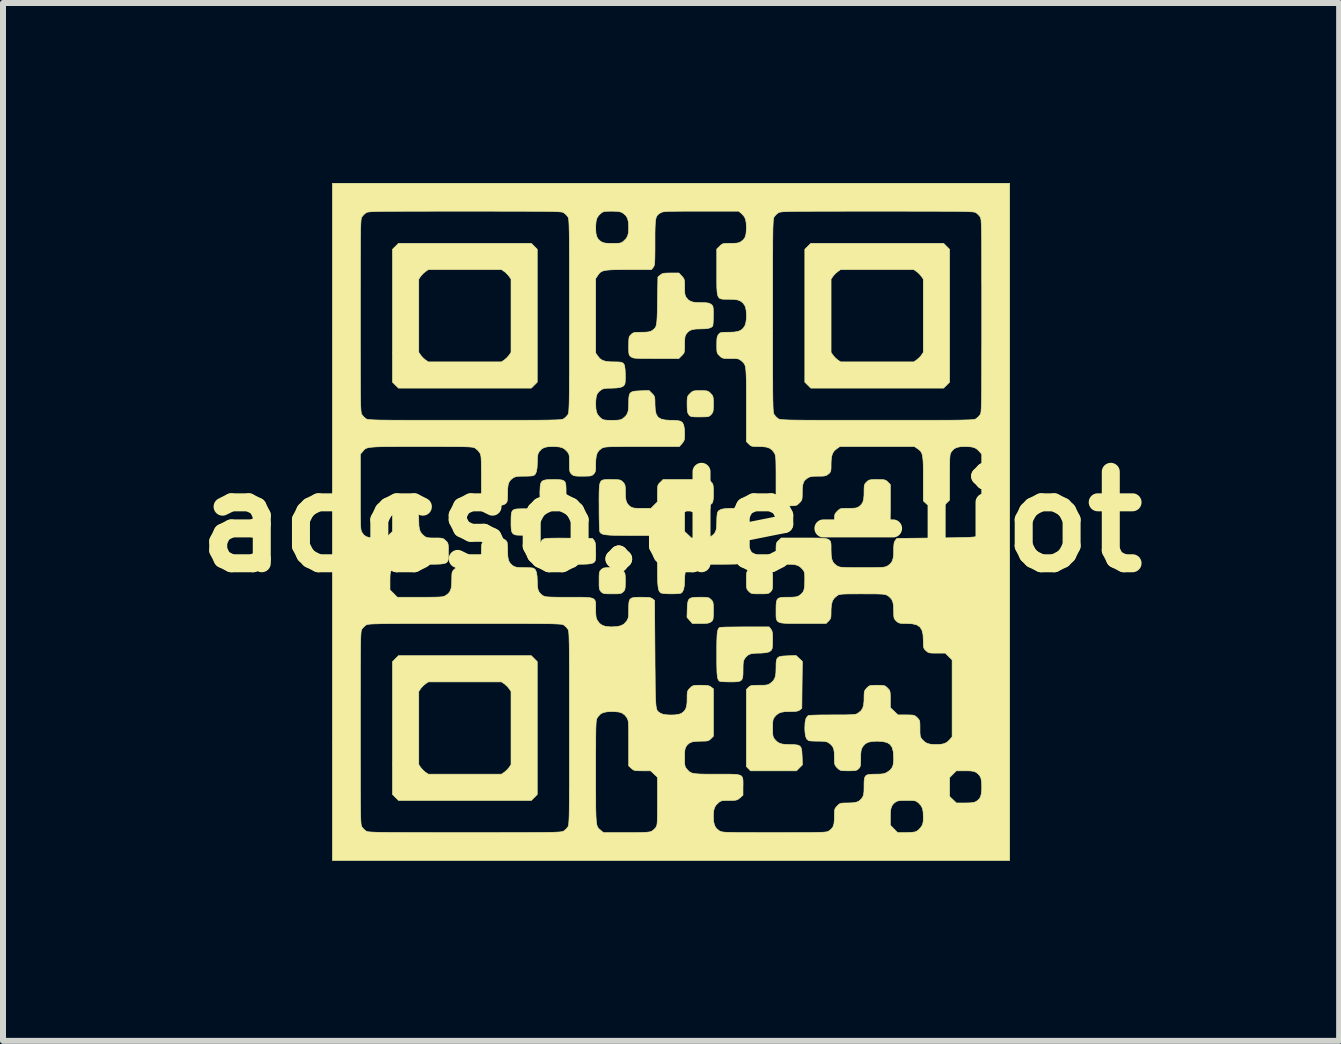
<source format=kicad_pcb>
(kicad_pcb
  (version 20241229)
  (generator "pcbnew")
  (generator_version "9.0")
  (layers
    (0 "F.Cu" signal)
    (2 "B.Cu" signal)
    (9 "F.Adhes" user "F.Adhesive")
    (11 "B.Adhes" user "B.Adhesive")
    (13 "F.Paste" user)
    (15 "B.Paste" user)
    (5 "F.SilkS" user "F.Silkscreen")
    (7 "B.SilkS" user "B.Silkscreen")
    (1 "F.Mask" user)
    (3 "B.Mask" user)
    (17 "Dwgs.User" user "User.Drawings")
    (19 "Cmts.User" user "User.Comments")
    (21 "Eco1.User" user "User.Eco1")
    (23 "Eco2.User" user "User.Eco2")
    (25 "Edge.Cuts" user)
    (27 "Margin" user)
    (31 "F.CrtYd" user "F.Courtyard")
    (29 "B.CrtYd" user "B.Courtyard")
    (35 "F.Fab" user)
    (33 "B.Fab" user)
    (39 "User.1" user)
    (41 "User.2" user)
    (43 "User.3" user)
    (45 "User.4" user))
  (footprint "accso.de-liot"
    (layer "F.Cu")
    (at 8.135 5.649)
    (property "Reference" "accso.de-liot" (at 0 0 0) (layer "F.SilkS") (effects (font (size 1.524 1.524) (thickness 0.3))))
    (attr through_hole)
    (fp_poly (pts (xy 0.549 1.256) (xy 0.593 1.259) (xy 0.622 1.264) (xy 0.643 1.274) (xy 0.662 1.29) (xy 0.666 1.294) (xy 0.683 1.312) (xy 0.695 1.33) (xy 0.701 1.354) (xy 0.705 1.391) (xy 0.706 1.446) (xy 0.706 1.483) (xy 0.705 1.551) (xy 0.703 1.596) (xy 0.699 1.624) (xy 0.691 1.643) (xy 0.677 1.657) (xy 0.668 1.664) (xy 0.647 1.678) (xy 0.62 1.687) (xy 0.583 1.691) (xy 0.526 1.693) (xy 0.493 1.693) (xy 0.356 1.693) (xy 0.266 1.591) (xy 0.27 1.45) (xy 0.274 1.375) (xy 0.283 1.322) (xy 0.3 1.288) (xy 0.332 1.268) (xy 0.381 1.259) (xy 0.452 1.256) (xy 0.484 1.256) (xy 0.549 1.256)) (stroke (width 0.01) (type solid)) (fill yes) (layer "F.SilkS"))
    (fp_poly (pts (xy -1.879 -0.705) (xy -1.822 -0.699) (xy -1.785 -0.685) (xy -1.763 -0.658) (xy -1.753 -0.614) (xy -1.75 -0.549) (xy -1.75 -0.5) (xy -1.75 -0.433) (xy -1.752 -0.388) (xy -1.756 -0.359) (xy -1.766 -0.339) (xy -1.781 -0.321) (xy -1.794 -0.309) (xy -1.816 -0.29) (xy -1.837 -0.278) (xy -1.865 -0.271) (xy -1.906 -0.269) (xy -1.966 -0.269) (xy -2.028 -0.271) (xy -2.081 -0.276) (xy -2.118 -0.282) (xy -2.126 -0.285) (xy -2.154 -0.307) (xy -2.173 -0.343) (xy -2.183 -0.397) (xy -2.186 -0.473) (xy -2.185 -0.516) (xy -2.181 -0.588) (xy -2.173 -0.639) (xy -2.156 -0.672) (xy -2.126 -0.692) (xy -2.079 -0.702) (xy -2.011 -0.705) (xy -1.96 -0.706) (xy -1.879 -0.705)) (stroke (width 0.01) (type solid)) (fill yes) (layer "F.SilkS"))
    (fp_poly (pts (xy -2.279 -4.593) (xy -2.23 -4.543) (xy -2.23 -2.329) (xy -2.329 -2.23) (xy -4.543 -2.23) (xy -4.593 -2.279) (xy -4.643 -2.329) (xy -4.643 -4.046) (xy -4.205 -4.046) (xy -4.205 -2.826) (xy -4.173 -2.779) (xy -4.138 -2.738) (xy -4.097 -2.702) (xy -4.093 -2.699) (xy -4.046 -2.667) (xy -2.826 -2.667) (xy -2.779 -2.699) (xy -2.738 -2.734) (xy -2.702 -2.775) (xy -2.699 -2.779) (xy -2.667 -2.826) (xy -2.667 -4.046) (xy -2.699 -4.093) (xy -2.734 -4.134) (xy -2.775 -4.171) (xy -2.779 -4.173) (xy -2.826 -4.205) (xy -4.046 -4.205) (xy -4.093 -4.173) (xy -4.134 -4.138) (xy -4.171 -4.097) (xy -4.173 -4.093) (xy -4.205 -4.046) (xy -4.643 -4.046) (xy -4.643 -4.543) (xy -4.593 -4.593) (xy -4.543 -4.643) (xy -2.329 -4.643) (xy -2.279 -4.593)) (stroke (width 0.01) (type solid)) (fill yes) (layer "F.SilkS"))
    (fp_poly (pts (xy -2.23 2.329) (xy -2.23 4.543) (xy -2.279 4.593) (xy -2.329 4.643) (xy -4.543 4.643) (xy -4.593 4.593) (xy -4.643 4.543) (xy -4.643 2.826) (xy -4.205 2.826) (xy -4.205 4.046) (xy -4.173 4.093) (xy -4.138 4.134) (xy -4.097 4.171) (xy -4.093 4.173) (xy -4.046 4.205) (xy -2.826 4.205) (xy -2.779 4.173) (xy -2.738 4.138) (xy -2.702 4.097) (xy -2.699 4.093) (xy -2.667 4.046) (xy -2.667 2.826) (xy -2.699 2.779) (xy -2.734 2.738) (xy -2.775 2.702) (xy -2.779 2.699) (xy -2.826 2.667) (xy -4.046 2.667) (xy -4.093 2.699) (xy -4.134 2.734) (xy -4.171 2.775) (xy -4.173 2.779) (xy -4.205 2.826) (xy -4.643 2.826) (xy -4.643 2.329) (xy -4.593 2.279) (xy -4.543 2.23) (xy -2.329 2.23) (xy -2.23 2.329)) (stroke (width 0.01) (type solid)) (fill yes) (layer "F.SilkS"))
    (fp_poly (pts (xy 4.593 -4.593) (xy 4.643 -4.543) (xy 4.643 -2.329) (xy 4.593 -2.279) (xy 4.543 -2.23) (xy 2.329 -2.23) (xy 2.23 -2.329) (xy 2.23 -4.046) (xy 2.667 -4.046) (xy 2.667 -2.826) (xy 2.699 -2.779) (xy 2.734 -2.738) (xy 2.775 -2.702) (xy 2.779 -2.699) (xy 2.826 -2.667) (xy 4.046 -2.667) (xy 4.093 -2.699) (xy 4.134 -2.734) (xy 4.171 -2.775) (xy 4.173 -2.779) (xy 4.205 -2.826) (xy 4.205 -4.046) (xy 4.173 -4.093) (xy 4.138 -4.134) (xy 4.097 -4.171) (xy 4.093 -4.173) (xy 4.046 -4.205) (xy 2.826 -4.205) (xy 2.779 -4.173) (xy 2.738 -4.138) (xy 2.702 -4.097) (xy 2.699 -4.093) (xy 2.667 -4.046) (xy 2.23 -4.046) (xy 2.23 -4.543) (xy 2.279 -4.593) (xy 2.329 -4.643) (xy 4.543 -4.643) (xy 4.593 -4.593)) (stroke (width 0.01) (type solid)) (fill yes) (layer "F.SilkS"))
    (fp_poly (pts (xy -2.386 -0.218) (xy -2.339 -0.216) (xy -2.309 -0.211) (xy -2.288 -0.203) (xy -2.272 -0.189) (xy -2.269 -0.187) (xy -2.255 -0.17) (xy -2.245 -0.151) (xy -2.24 -0.123) (xy -2.237 -0.079) (xy -2.237 -0.015) (xy -2.237 0) (xy -2.237 0.069) (xy -2.239 0.116) (xy -2.244 0.146) (xy -2.252 0.167) (xy -2.266 0.183) (xy -2.269 0.187) (xy -2.287 0.202) (xy -2.309 0.212) (xy -2.342 0.217) (xy -2.392 0.22) (xy -2.438 0.222) (xy -2.499 0.222) (xy -2.551 0.221) (xy -2.587 0.218) (xy -2.596 0.216) (xy -2.625 0.203) (xy -2.645 0.185) (xy -2.657 0.158) (xy -2.664 0.117) (xy -2.667 0.056) (xy -2.667 0) (xy -2.666 -0.083) (xy -2.661 -0.142) (xy -2.648 -0.18) (xy -2.623 -0.203) (xy -2.582 -0.215) (xy -2.52 -0.218) (xy -2.454 -0.219) (xy -2.386 -0.218)) (stroke (width 0.01) (type solid)) (fill yes) (layer "F.SilkS"))
    (fp_poly (pts (xy -1.733 0.271) (xy -1.695 0.271) (xy -1.31 0.275) (xy -1.283 0.308) (xy -1.271 0.328) (xy -1.263 0.353) (xy -1.258 0.391) (xy -1.256 0.446) (xy -1.256 0.495) (xy -1.255 0.553) (xy -1.256 0.599) (xy -1.26 0.635) (xy -1.271 0.662) (xy -1.292 0.681) (xy -1.325 0.694) (xy -1.373 0.701) (xy -1.439 0.705) (xy -1.526 0.706) (xy -1.637 0.706) (xy -1.713 0.706) (xy -1.83 0.705) (xy -1.923 0.705) (xy -1.994 0.704) (xy -2.047 0.702) (xy -2.084 0.699) (xy -2.11 0.695) (xy -2.128 0.69) (xy -2.141 0.683) (xy -2.147 0.679) (xy -2.163 0.663) (xy -2.173 0.644) (xy -2.179 0.614) (xy -2.183 0.567) (xy -2.185 0.516) (xy -2.186 0.429) (xy -2.179 0.367) (xy -2.165 0.324) (xy -2.141 0.296) (xy -2.118 0.283) (xy -2.091 0.277) (xy -2.04 0.273) (xy -1.964 0.271) (xy -1.862 0.27) (xy -1.733 0.271)) (stroke (width 0.01) (type solid)) (fill yes) (layer "F.SilkS"))
    (fp_poly (pts (xy -0.927 0.762) (xy -0.885 0.764) (xy -0.857 0.77) (xy -0.837 0.781) (xy -0.817 0.799) (xy -0.807 0.809) (xy -0.786 0.831) (xy -0.773 0.851) (xy -0.766 0.877) (xy -0.763 0.914) (xy -0.762 0.97) (xy -0.762 0.993) (xy -0.763 1.057) (xy -0.765 1.1) (xy -0.771 1.128) (xy -0.781 1.148) (xy -0.797 1.165) (xy -0.814 1.18) (xy -0.833 1.19) (xy -0.86 1.196) (xy -0.902 1.199) (xy -0.964 1.199) (xy -0.981 1.199) (xy -1.048 1.199) (xy -1.093 1.197) (xy -1.123 1.192) (xy -1.144 1.183) (xy -1.161 1.169) (xy -1.165 1.165) (xy -1.18 1.147) (xy -1.19 1.128) (xy -1.196 1.101) (xy -1.199 1.06) (xy -1.199 0.998) (xy -1.199 0.981) (xy -1.199 0.913) (xy -1.197 0.868) (xy -1.192 0.838) (xy -1.183 0.818) (xy -1.169 0.801) (xy -1.165 0.797) (xy -1.147 0.781) (xy -1.127 0.77) (xy -1.098 0.765) (xy -1.054 0.762) (xy -0.991 0.762) (xy -0.927 0.762)) (stroke (width 0.01) (type solid)) (fill yes) (layer "F.SilkS"))
    (fp_poly (pts (xy 0.55 -2.187) (xy 0.59 -2.184) (xy 0.616 -2.177) (xy 0.636 -2.164) (xy 0.659 -2.143) (xy 0.66 -2.141) (xy 0.682 -2.118) (xy 0.695 -2.097) (xy 0.702 -2.071) (xy 0.705 -2.033) (xy 0.706 -1.975) (xy 0.706 -1.962) (xy 0.705 -1.899) (xy 0.702 -1.857) (xy 0.696 -1.829) (xy 0.684 -1.809) (xy 0.668 -1.789) (xy 0.65 -1.772) (xy 0.632 -1.76) (xy 0.608 -1.754) (xy 0.571 -1.751) (xy 0.516 -1.75) (xy 0.478 -1.75) (xy 0.411 -1.75) (xy 0.366 -1.752) (xy 0.337 -1.756) (xy 0.319 -1.765) (xy 0.304 -1.778) (xy 0.297 -1.787) (xy 0.283 -1.809) (xy 0.274 -1.836) (xy 0.27 -1.875) (xy 0.268 -1.933) (xy 0.268 -1.958) (xy 0.268 -2.02) (xy 0.271 -2.061) (xy 0.277 -2.089) (xy 0.289 -2.11) (xy 0.308 -2.131) (xy 0.316 -2.139) (xy 0.34 -2.162) (xy 0.361 -2.176) (xy 0.387 -2.184) (xy 0.425 -2.187) (xy 0.483 -2.187) (xy 0.49 -2.187) (xy 0.55 -2.187)) (stroke (width 0.01) (type solid)) (fill yes) (layer "F.SilkS"))
    (fp_poly (pts (xy 1.542 0.762) (xy 1.587 0.765) (xy 1.617 0.77) (xy 1.637 0.779) (xy 1.655 0.793) (xy 1.659 0.797) (xy 1.674 0.814) (xy 1.684 0.833) (xy 1.69 0.86) (xy 1.693 0.902) (xy 1.693 0.964) (xy 1.693 0.981) (xy 1.693 1.048) (xy 1.691 1.093) (xy 1.686 1.123) (xy 1.677 1.144) (xy 1.663 1.161) (xy 1.659 1.165) (xy 1.641 1.181) (xy 1.621 1.191) (xy 1.593 1.196) (xy 1.55 1.199) (xy 1.486 1.199) (xy 1.481 1.199) (xy 1.416 1.199) (xy 1.373 1.197) (xy 1.344 1.192) (xy 1.323 1.182) (xy 1.304 1.165) (xy 1.297 1.158) (xy 1.278 1.138) (xy 1.266 1.119) (xy 1.26 1.094) (xy 1.257 1.056) (xy 1.256 0.999) (xy 1.256 0.974) (xy 1.256 0.908) (xy 1.259 0.864) (xy 1.264 0.836) (xy 1.274 0.816) (xy 1.289 0.798) (xy 1.291 0.797) (xy 1.308 0.781) (xy 1.327 0.771) (xy 1.354 0.765) (xy 1.396 0.763) (xy 1.458 0.762) (xy 1.475 0.762) (xy 1.542 0.762)) (stroke (width 0.01) (type solid)) (fill yes) (layer "F.SilkS"))
    (fp_poly (pts (xy 1.664 1.787) (xy 1.678 1.81) (xy 1.687 1.837) (xy 1.692 1.877) (xy 1.693 1.937) (xy 1.693 1.953) (xy 1.692 2.014) (xy 1.69 2.068) (xy 1.686 2.105) (xy 1.684 2.114) (xy 1.666 2.146) (xy 1.631 2.168) (xy 1.575 2.181) (xy 1.495 2.187) (xy 1.465 2.187) (xy 1.385 2.19) (xy 1.326 2.2) (xy 1.282 2.22) (xy 1.248 2.252) (xy 1.226 2.281) (xy 1.213 2.306) (xy 1.205 2.337) (xy 1.201 2.383) (xy 1.2 2.448) (xy 1.2 2.466) (xy 1.199 2.543) (xy 1.193 2.597) (xy 1.179 2.632) (xy 1.151 2.653) (xy 1.107 2.663) (xy 1.041 2.667) (xy 0.984 2.667) (xy 0.919 2.666) (xy 0.864 2.663) (xy 0.825 2.66) (xy 0.81 2.656) (xy 0.796 2.644) (xy 0.785 2.627) (xy 0.777 2.602) (xy 0.771 2.566) (xy 0.766 2.515) (xy 0.764 2.446) (xy 0.762 2.355) (xy 0.762 2.241) (xy 0.762 2.208) (xy 0.762 2.088) (xy 0.763 1.992) (xy 0.766 1.918) (xy 0.769 1.862) (xy 0.775 1.822) (xy 0.783 1.795) (xy 0.793 1.776) (xy 0.806 1.763) (xy 0.81 1.761) (xy 0.828 1.758) (xy 0.87 1.755) (xy 0.933 1.753) (xy 1.013 1.752) (xy 1.106 1.751) (xy 1.209 1.75) (xy 1.23 1.75) (xy 1.635 1.75) (xy 1.664 1.787)) (stroke (width 0.01) (type solid)) (fill yes) (layer "F.SilkS"))
    (fp_poly (pts (xy 3.499 -0.705) (xy 3.542 -0.703) (xy 3.569 -0.697) (xy 3.59 -0.686) (xy 3.61 -0.668) (xy 3.614 -0.664) (xy 3.655 -0.623) (xy 3.655 -0.24) (xy 3.654 -0.129) (xy 3.653 -0.031) (xy 3.651 0.051) (xy 3.648 0.114) (xy 3.644 0.155) (xy 3.641 0.169) (xy 3.618 0.191) (xy 3.583 0.21) (xy 3.582 0.21) (xy 3.555 0.215) (xy 3.504 0.218) (xy 3.435 0.221) (xy 3.352 0.223) (xy 3.261 0.224) (xy 3.166 0.225) (xy 3.072 0.224) (xy 2.984 0.222) (xy 2.907 0.22) (xy 2.845 0.217) (xy 2.805 0.213) (xy 2.793 0.21) (xy 2.763 0.192) (xy 2.742 0.162) (xy 2.73 0.114) (xy 2.724 0.045) (xy 2.723 -0.002) (xy 2.724 -0.063) (xy 2.726 -0.103) (xy 2.733 -0.13) (xy 2.746 -0.151) (xy 2.767 -0.174) (xy 2.771 -0.178) (xy 2.794 -0.2) (xy 2.814 -0.214) (xy 2.839 -0.222) (xy 2.874 -0.225) (xy 2.929 -0.226) (xy 2.956 -0.226) (xy 3.023 -0.227) (xy 3.069 -0.23) (xy 3.101 -0.237) (xy 3.126 -0.25) (xy 3.134 -0.255) (xy 3.171 -0.288) (xy 3.196 -0.326) (xy 3.21 -0.378) (xy 3.217 -0.447) (xy 3.217 -0.494) (xy 3.218 -0.556) (xy 3.22 -0.596) (xy 3.227 -0.623) (xy 3.239 -0.644) (xy 3.259 -0.664) (xy 3.279 -0.683) (xy 3.299 -0.695) (xy 3.325 -0.702) (xy 3.364 -0.705) (xy 3.423 -0.706) (xy 3.436 -0.706) (xy 3.499 -0.705)) (stroke (width 0.01) (type solid)) (fill yes) (layer "F.SilkS"))
    (fp_poly (pts (xy 2.189 2.326) (xy 2.184 2.716) (xy 2.18 3.107) (xy 2.147 3.134) (xy 2.126 3.147) (xy 2.097 3.155) (xy 2.055 3.16) (xy 1.993 3.161) (xy 1.98 3.161) (xy 1.9 3.163) (xy 1.841 3.172) (xy 1.796 3.189) (xy 1.758 3.216) (xy 1.73 3.246) (xy 1.714 3.268) (xy 1.703 3.29) (xy 1.697 3.319) (xy 1.694 3.361) (xy 1.693 3.424) (xy 1.693 3.436) (xy 1.694 3.503) (xy 1.696 3.548) (xy 1.702 3.578) (xy 1.712 3.601) (xy 1.727 3.622) (xy 1.73 3.626) (xy 1.767 3.664) (xy 1.805 3.688) (xy 1.853 3.703) (xy 1.917 3.71) (xy 1.98 3.711) (xy 2.059 3.713) (xy 2.113 3.72) (xy 2.149 3.737) (xy 2.169 3.768) (xy 2.18 3.818) (xy 2.184 3.891) (xy 2.185 3.908) (xy 2.19 4.05) (xy 2.141 4.099) (xy 2.091 4.149) (xy 1.325 4.149) (xy 1.256 4.079) (xy 1.256 2.793) (xy 1.291 2.758) (xy 1.308 2.742) (xy 1.328 2.732) (xy 1.356 2.727) (xy 1.398 2.724) (xy 1.462 2.723) (xy 1.469 2.723) (xy 1.536 2.723) (xy 1.581 2.72) (xy 1.612 2.714) (xy 1.636 2.704) (xy 1.66 2.687) (xy 1.698 2.654) (xy 1.724 2.617) (xy 1.74 2.571) (xy 1.748 2.51) (xy 1.75 2.43) (xy 1.751 2.354) (xy 1.758 2.301) (xy 1.774 2.267) (xy 1.805 2.247) (xy 1.854 2.237) (xy 1.926 2.233) (xy 1.946 2.232) (xy 2.084 2.227) (xy 2.189 2.326)) (stroke (width 0.01) (type solid)) (fill yes) (layer "F.SilkS"))
    (fp_poly (pts (xy 0.178 -4.098) (xy 0.2 -4.074) (xy 0.214 -4.053) (xy 0.222 -4.027) (xy 0.225 -3.99) (xy 0.226 -3.934) (xy 0.226 -3.913) (xy 0.227 -3.847) (xy 0.23 -3.801) (xy 0.238 -3.77) (xy 0.25 -3.745) (xy 0.255 -3.738) (xy 0.287 -3.701) (xy 0.325 -3.677) (xy 0.374 -3.662) (xy 0.442 -3.656) (xy 0.498 -3.655) (xy 0.564 -3.654) (xy 0.608 -3.65) (xy 0.638 -3.643) (xy 0.661 -3.631) (xy 0.668 -3.626) (xy 0.685 -3.612) (xy 0.695 -3.596) (xy 0.701 -3.574) (xy 0.704 -3.539) (xy 0.705 -3.485) (xy 0.705 -3.439) (xy 0.704 -3.374) (xy 0.702 -3.319) (xy 0.698 -3.28) (xy 0.695 -3.265) (xy 0.669 -3.242) (xy 0.627 -3.227) (xy 0.563 -3.219) (xy 0.494 -3.217) (xy 0.412 -3.215) (xy 0.352 -3.205) (xy 0.307 -3.186) (xy 0.272 -3.156) (xy 0.255 -3.134) (xy 0.241 -3.11) (xy 0.232 -3.082) (xy 0.228 -3.041) (xy 0.226 -2.982) (xy 0.226 -2.956) (xy 0.225 -2.893) (xy 0.223 -2.851) (xy 0.218 -2.823) (xy 0.206 -2.802) (xy 0.188 -2.781) (xy 0.178 -2.771) (xy 0.13 -2.723) (xy -0.251 -2.723) (xy -0.365 -2.724) (xy -0.454 -2.724) (xy -0.521 -2.725) (xy -0.571 -2.727) (xy -0.607 -2.73) (xy -0.631 -2.734) (xy -0.648 -2.74) (xy -0.661 -2.748) (xy -0.668 -2.753) (xy -0.685 -2.767) (xy -0.696 -2.783) (xy -0.702 -2.806) (xy -0.705 -2.842) (xy -0.706 -2.898) (xy -0.706 -2.933) (xy -0.705 -3.001) (xy -0.703 -3.046) (xy -0.699 -3.076) (xy -0.69 -3.096) (xy -0.676 -3.113) (xy -0.666 -3.123) (xy -0.646 -3.141) (xy -0.625 -3.152) (xy -0.596 -3.158) (xy -0.553 -3.16) (xy -0.493 -3.161) (xy -0.424 -3.162) (xy -0.376 -3.167) (xy -0.343 -3.175) (xy -0.32 -3.187) (xy -0.296 -3.204) (xy -0.277 -3.22) (xy -0.262 -3.239) (xy -0.25 -3.264) (xy -0.242 -3.299) (xy -0.236 -3.347) (xy -0.232 -3.411) (xy -0.229 -3.494) (xy -0.227 -3.601) (xy -0.226 -3.681) (xy -0.219 -4.081) (xy -0.179 -4.115) (xy -0.158 -4.131) (xy -0.135 -4.141) (xy -0.103 -4.146) (xy -0.055 -4.148) (xy -0.004 -4.149) (xy 0.131 -4.149) (xy 0.178 -4.098)) (stroke (width 0.01) (type solid)) (fill yes) (layer "F.SilkS"))
    (fp_poly (pts (xy -1.022 -0.706) (xy -0.993 -0.706) (xy -0.927 -0.705) (xy -0.882 -0.703) (xy -0.852 -0.698) (xy -0.832 -0.689) (xy -0.813 -0.674) (xy -0.803 -0.664) (xy -0.784 -0.643) (xy -0.772 -0.623) (xy -0.765 -0.596) (xy -0.762 -0.555) (xy -0.762 -0.494) (xy -0.759 -0.412) (xy -0.749 -0.352) (xy -0.73 -0.307) (xy -0.7 -0.272) (xy -0.679 -0.255) (xy -0.656 -0.242) (xy -0.63 -0.233) (xy -0.593 -0.228) (xy -0.539 -0.226) (xy -0.487 -0.226) (xy -0.335 -0.226) (xy -0.226 -0.335) (xy -0.226 -0.475) (xy -0.225 -0.539) (xy -0.223 -0.582) (xy -0.218 -0.61) (xy -0.207 -0.631) (xy -0.19 -0.65) (xy -0.179 -0.66) (xy -0.133 -0.706) (xy 0.63 -0.706) (xy 0.668 -0.666) (xy 0.685 -0.647) (xy 0.696 -0.627) (xy 0.702 -0.601) (xy 0.705 -0.562) (xy 0.706 -0.503) (xy 0.706 -0.478) (xy 0.705 -0.401) (xy 0.699 -0.347) (xy 0.685 -0.311) (xy 0.658 -0.289) (xy 0.613 -0.278) (xy 0.547 -0.272) (xy 0.492 -0.27) (xy 0.337 -0.266) (xy 0.281 -0.213) (xy 0.226 -0.16) (xy 0.226 0.16) (xy 0.283 0.214) (xy 0.34 0.268) (xy 0.484 0.268) (xy 0.555 0.267) (xy 0.604 0.263) (xy 0.638 0.256) (xy 0.663 0.244) (xy 0.668 0.241) (xy 0.71 0.209) (xy 0.738 0.171) (xy 0.754 0.123) (xy 0.761 0.057) (xy 0.762 0.004) (xy 0.763 -0.057) (xy 0.767 -0.112) (xy 0.773 -0.15) (xy 0.775 -0.16) (xy 0.798 -0.19) (xy 0.841 -0.211) (xy 0.907 -0.222) (xy 0.989 -0.226) (xy 1.046 -0.225) (xy 1.084 -0.221) (xy 1.111 -0.211) (xy 1.136 -0.193) (xy 1.15 -0.182) (xy 1.199 -0.138) (xy 1.199 0.253) (xy 1.199 0.368) (xy 1.199 0.459) (xy 1.198 0.528) (xy 1.196 0.579) (xy 1.193 0.615) (xy 1.189 0.64) (xy 1.184 0.656) (xy 1.177 0.668) (xy 1.171 0.675) (xy 1.161 0.684) (xy 1.15 0.691) (xy 1.134 0.696) (xy 1.109 0.7) (xy 1.072 0.703) (xy 1.02 0.704) (xy 0.949 0.705) (xy 0.857 0.706) (xy 0.76 0.706) (xy 0.645 0.706) (xy 0.556 0.706) (xy 0.487 0.707) (xy 0.436 0.709) (xy 0.398 0.712) (xy 0.371 0.717) (xy 0.351 0.723) (xy 0.334 0.731) (xy 0.325 0.735) (xy 0.281 0.766) (xy 0.251 0.803) (xy 0.234 0.851) (xy 0.227 0.918) (xy 0.226 0.963) (xy 0.222 1.057) (xy 0.21 1.124) (xy 0.189 1.168) (xy 0.169 1.186) (xy 0.141 1.193) (xy 0.093 1.197) (xy 0.034 1.199) (xy -0.03 1.199) (xy -0.09 1.196) (xy -0.139 1.191) (xy -0.169 1.184) (xy -0.173 1.182) (xy -0.188 1.167) (xy -0.2 1.148) (xy -0.209 1.12) (xy -0.216 1.08) (xy -0.221 1.025) (xy -0.224 0.952) (xy -0.225 0.859) (xy -0.226 0.74) (xy -0.226 0.71) (xy -0.226 0.335) (xy -0.335 0.226) (xy -0.709 0.226) (xy -0.835 0.225) (xy -0.937 0.224) (xy -1.016 0.221) (xy -1.076 0.216) (xy -1.119 0.21) (xy -1.15 0.2) (xy -1.17 0.188) (xy -1.183 0.173) (xy -1.186 0.169) (xy -1.19 0.147) (xy -1.193 0.101) (xy -1.196 0.033) (xy -1.198 -0.054) (xy -1.199 -0.157) (xy -1.199 -0.25) (xy -1.2 -0.376) (xy -1.199 -0.476) (xy -1.197 -0.553) (xy -1.192 -0.611) (xy -1.182 -0.652) (xy -1.167 -0.68) (xy -1.144 -0.696) (xy -1.113 -0.703) (xy -1.073 -0.706) (xy -1.022 -0.706)) (stroke (width 0.01) (type solid)) (fill yes) (layer "F.SilkS"))
    (fp_poly (pts (xy 5.644 5.644) (xy -5.644 5.644) (xy -5.644 3.436) (xy -5.179 3.436) (xy -5.179 3.683) (xy -5.179 3.904) (xy -5.178 4.1) (xy -5.178 4.272) (xy -5.178 4.422) (xy -5.177 4.552) (xy -5.177 4.663) (xy -5.176 4.756) (xy -5.175 4.834) (xy -5.174 4.898) (xy -5.172 4.949) (xy -5.17 4.989) (xy -5.168 5.02) (xy -5.165 5.043) (xy -5.162 5.059) (xy -5.159 5.071) (xy -5.155 5.079) (xy -5.152 5.085) (xy -5.12 5.123) (xy -5.085 5.152) (xy -5.078 5.156) (xy -5.069 5.16) (xy -5.057 5.163) (xy -5.039 5.166) (xy -5.015 5.168) (xy -4.983 5.17) (xy -4.941 5.172) (xy -4.888 5.174) (xy -4.822 5.175) (xy -4.741 5.176) (xy -4.645 5.177) (xy -4.53 5.177) (xy -4.397 5.178) (xy -4.243 5.178) (xy -4.067 5.178) (xy -3.867 5.179) (xy -3.642 5.179) (xy -3.436 5.179) (xy -3.189 5.179) (xy -2.968 5.179) (xy -2.772 5.178) (xy -2.6 5.178) (xy -2.45 5.178) (xy -2.32 5.177) (xy -2.209 5.177) (xy -2.116 5.176) (xy -2.038 5.175) (xy -1.974 5.174) (xy -1.923 5.172) (xy -1.883 5.17) (xy -1.852 5.168) (xy -1.829 5.165) (xy -1.813 5.162) (xy -1.801 5.159) (xy -1.793 5.155) (xy -1.787 5.152) (xy -1.749 5.12) (xy -1.72 5.085) (xy -1.716 5.078) (xy -1.712 5.069) (xy -1.709 5.057) (xy -1.706 5.039) (xy -1.704 5.015) (xy -1.702 4.983) (xy -1.7 4.941) (xy -1.698 4.888) (xy -1.697 4.822) (xy -1.696 4.741) (xy -1.695 4.645) (xy -1.695 4.53) (xy -1.694 4.397) (xy -1.694 4.349) (xy -1.256 4.349) (xy -1.256 4.504) (xy -1.255 4.636) (xy -1.255 4.746) (xy -1.253 4.837) (xy -1.251 4.91) (xy -1.247 4.968) (xy -1.243 5.013) (xy -1.237 5.048) (xy -1.229 5.074) (xy -1.22 5.093) (xy -1.208 5.109) (xy -1.195 5.122) (xy -1.178 5.135) (xy -1.171 5.142) (xy -1.127 5.179) (xy -0.746 5.179) (xy -0.627 5.179) (xy -0.533 5.178) (xy -0.461 5.176) (xy -0.407 5.173) (xy -0.369 5.169) (xy -0.342 5.164) (xy -0.325 5.158) (xy -0.288 5.131) (xy -0.255 5.096) (xy -0.255 5.096) (xy -0.247 5.082) (xy -0.24 5.067) (xy -0.235 5.047) (xy -0.231 5.018) (xy -0.229 4.977) (xy -0.227 4.921) (xy -0.226 4.845) (xy -0.226 4.748) (xy -0.226 4.656) (xy -0.226 4.257) (xy -0.283 4.203) (xy -0.34 4.149) (xy -0.479 4.149) (xy -0.543 4.148) (xy -0.586 4.146) (xy -0.615 4.14) (xy -0.636 4.129) (xy -0.657 4.112) (xy -0.662 4.108) (xy -0.706 4.067) (xy -0.706 3.69) (xy -0.706 3.576) (xy -0.706 3.487) (xy -0.707 3.419) (xy -0.709 3.369) (xy -0.712 3.333) (xy -0.717 3.307) (xy -0.723 3.288) (xy -0.731 3.272) (xy -0.734 3.266) (xy -0.771 3.219) (xy -0.814 3.187) (xy -0.87 3.169) (xy -0.946 3.162) (xy -0.982 3.161) (xy -1.067 3.165) (xy -1.13 3.178) (xy -1.177 3.203) (xy -1.214 3.243) (xy -1.228 3.263) (xy -1.234 3.273) (xy -1.238 3.285) (xy -1.243 3.301) (xy -1.246 3.323) (xy -1.249 3.353) (xy -1.251 3.393) (xy -1.253 3.447) (xy -1.254 3.515) (xy -1.255 3.6) (xy -1.255 3.704) (xy -1.256 3.83) (xy -1.256 3.979) (xy -1.256 4.154) (xy -1.256 4.167) (xy -1.256 4.349) (xy -1.694 4.349) (xy -1.694 4.243) (xy -1.694 4.067) (xy -1.694 3.867) (xy -1.694 3.642) (xy -1.694 3.436) (xy -1.694 3.189) (xy -1.694 2.968) (xy -1.694 2.772) (xy -1.694 2.6) (xy -1.694 2.45) (xy -1.695 2.32) (xy -1.695 2.209) (xy -1.696 2.116) (xy -1.697 2.038) (xy -1.699 1.974) (xy -1.7 1.923) (xy -1.702 1.883) (xy -1.704 1.852) (xy -1.707 1.829) (xy -1.71 1.813) (xy -1.713 1.801) (xy -1.717 1.793) (xy -1.72 1.787) (xy -1.752 1.749) (xy -1.787 1.72) (xy -1.794 1.716) (xy -1.803 1.712) (xy -1.815 1.709) (xy -1.833 1.706) (xy -1.857 1.704) (xy -1.889 1.702) (xy -1.931 1.7) (xy -1.984 1.698) (xy -2.05 1.697) (xy -2.131 1.696) (xy -2.228 1.695) (xy -2.342 1.695) (xy -2.475 1.694) (xy -2.629 1.694) (xy -2.805 1.694) (xy -3.005 1.694) (xy -3.23 1.694) (xy -3.436 1.694) (xy -3.683 1.694) (xy -3.904 1.694) (xy -4.1 1.694) (xy -4.272 1.694) (xy -4.422 1.694) (xy -4.552 1.695) (xy -4.663 1.695) (xy -4.756 1.696) (xy -4.834 1.697) (xy -4.898 1.699) (xy -4.949 1.7) (xy -4.989 1.702) (xy -5.02 1.704) (xy -5.043 1.707) (xy -5.059 1.71) (xy -5.071 1.713) (xy -5.079 1.717) (xy -5.085 1.72) (xy -5.123 1.752) (xy -5.152 1.787) (xy -5.156 1.794) (xy -5.16 1.803) (xy -5.163 1.815) (xy -5.166 1.833) (xy -5.168 1.857) (xy -5.17 1.889) (xy -5.172 1.931) (xy -5.174 1.984) (xy -5.175 2.05) (xy -5.176 2.131) (xy -5.177 2.228) (xy -5.177 2.342) (xy -5.178 2.475) (xy -5.178 2.629) (xy -5.178 2.805) (xy -5.179 3.005) (xy -5.179 3.23) (xy -5.179 3.436) (xy -5.644 3.436) (xy -5.644 -1.127) (xy -5.179 -1.127) (xy -5.179 -0.498) (xy -5.179 -0.348) (xy -5.179 -0.224) (xy -5.178 -0.123) (xy -5.177 -0.042) (xy -5.176 0.021) (xy -5.174 0.069) (xy -5.171 0.104) (xy -5.168 0.13) (xy -5.163 0.149) (xy -5.158 0.163) (xy -5.151 0.175) (xy -5.149 0.179) (xy -5.121 0.216) (xy -5.088 0.242) (xy -5.043 0.258) (xy -4.982 0.266) (xy -4.899 0.268) (xy -4.757 0.268) (xy -4.7 0.214) (xy -4.643 0.16) (xy -4.643 -0.126) (xy -4.593 -0.176) (xy -4.568 -0.2) (xy -4.546 -0.214) (xy -4.521 -0.222) (xy -4.483 -0.225) (xy -4.425 -0.226) (xy -4.419 -0.226) (xy -4.359 -0.225) (xy -4.319 -0.222) (xy -4.293 -0.215) (xy -4.272 -0.202) (xy -4.25 -0.182) (xy -4.229 -0.16) (xy -4.215 -0.139) (xy -4.208 -0.113) (xy -4.206 -0.074) (xy -4.205 -0.014) (xy -4.205 -0.012) (xy -4.202 0.068) (xy -4.193 0.127) (xy -4.174 0.172) (xy -4.143 0.21) (xy -4.12 0.231) (xy -4.097 0.248) (xy -4.075 0.259) (xy -4.044 0.265) (xy -4 0.268) (xy -3.939 0.268) (xy -3.875 0.268) (xy -3.833 0.271) (xy -3.805 0.277) (xy -3.784 0.288) (xy -3.763 0.306) (xy -3.756 0.312) (xy -3.736 0.333) (xy -3.723 0.351) (xy -3.716 0.375) (xy -3.712 0.41) (xy -3.711 0.463) (xy -3.711 0.503) (xy -3.711 0.56) (xy -3.712 0.605) (xy -3.717 0.639) (xy -3.729 0.665) (xy -3.75 0.683) (xy -3.785 0.695) (xy -3.835 0.702) (xy -3.905 0.705) (xy -3.995 0.706) (xy -4.11 0.706) (xy -4.149 0.706) (xy -4.271 0.706) (xy -4.367 0.707) (xy -4.442 0.709) (xy -4.499 0.713) (xy -4.542 0.719) (xy -4.575 0.729) (xy -4.6 0.742) (xy -4.62 0.76) (xy -4.641 0.783) (xy -4.648 0.791) (xy -4.665 0.812) (xy -4.675 0.834) (xy -4.681 0.862) (xy -4.684 0.904) (xy -4.685 0.966) (xy -4.685 0.984) (xy -4.685 1.133) (xy -4.623 1.194) (xy -4.562 1.256) (xy -4.182 1.256) (xy -4.068 1.256) (xy -3.979 1.255) (xy -3.91 1.254) (xy -3.86 1.252) (xy -3.823 1.249) (xy -3.797 1.244) (xy -3.778 1.238) (xy -3.762 1.231) (xy -3.757 1.228) (xy -3.713 1.195) (xy -3.683 1.156) (xy -3.665 1.105) (xy -3.657 1.037) (xy -3.655 0.969) (xy -3.654 0.905) (xy -3.652 0.862) (xy -3.646 0.834) (xy -3.635 0.814) (xy -3.62 0.797) (xy -3.602 0.781) (xy -3.582 0.77) (xy -3.553 0.765) (xy -3.509 0.762) (xy -3.447 0.762) (xy -3.378 0.761) (xy -3.329 0.757) (xy -3.294 0.749) (xy -3.266 0.736) (xy -3.263 0.734) (xy -3.217 0.699) (xy -3.187 0.657) (xy -3.169 0.601) (xy -3.162 0.527) (xy -3.161 0.488) (xy -3.16 0.427) (xy -3.158 0.387) (xy -3.151 0.36) (xy -3.138 0.338) (xy -3.116 0.315) (xy -3.116 0.315) (xy -3.093 0.292) (xy -3.073 0.279) (xy -3.047 0.271) (xy -3.008 0.269) (xy -2.949 0.268) (xy -2.946 0.268) (xy -2.859 0.272) (xy -2.796 0.284) (xy -2.756 0.305) (xy -2.734 0.336) (xy -2.732 0.342) (xy -2.729 0.37) (xy -2.725 0.418) (xy -2.724 0.477) (xy -2.724 0.501) (xy -2.72 0.581) (xy -2.709 0.639) (xy -2.688 0.682) (xy -2.654 0.717) (xy -2.63 0.735) (xy -2.604 0.748) (xy -2.571 0.757) (xy -2.523 0.761) (xy -2.454 0.762) (xy -2.453 0.762) (xy -2.392 0.763) (xy -2.339 0.765) (xy -2.303 0.769) (xy -2.294 0.771) (xy -2.264 0.794) (xy -2.244 0.838) (xy -2.233 0.905) (xy -2.229 0.991) (xy -2.227 1.071) (xy -2.217 1.129) (xy -2.197 1.173) (xy -2.165 1.208) (xy -2.136 1.229) (xy -2.122 1.237) (xy -2.105 1.243) (xy -2.081 1.248) (xy -2.047 1.251) (xy -1.999 1.253) (xy -1.934 1.255) (xy -1.849 1.256) (xy -1.74 1.256) (xy -1.708 1.256) (xy -1.583 1.256) (xy -1.484 1.256) (xy -1.407 1.259) (xy -1.349 1.264) (xy -1.308 1.274) (xy -1.282 1.29) (xy -1.266 1.313) (xy -1.258 1.344) (xy -1.256 1.385) (xy -1.256 1.436) (xy -1.256 1.458) (xy -1.255 1.527) (xy -1.251 1.575) (xy -1.244 1.61) (xy -1.231 1.638) (xy -1.227 1.645) (xy -1.189 1.694) (xy -1.142 1.726) (xy -1.081 1.744) (xy -1 1.75) (xy -0.988 1.75) (xy -0.901 1.745) (xy -0.835 1.73) (xy -0.785 1.703) (xy -0.745 1.66) (xy -0.74 1.653) (xy -0.724 1.627) (xy -0.714 1.6) (xy -0.708 1.566) (xy -0.706 1.516) (xy -0.706 1.457) (xy -0.705 1.38) (xy -0.699 1.325) (xy -0.684 1.29) (xy -0.656 1.269) (xy -0.611 1.259) (xy -0.544 1.256) (xy -0.495 1.256) (xy -0.425 1.257) (xy -0.376 1.259) (xy -0.343 1.265) (xy -0.321 1.274) (xy -0.308 1.283) (xy -0.275 1.31) (xy -0.268 2.204) (xy -0.267 2.388) (xy -0.265 2.547) (xy -0.264 2.681) (xy -0.263 2.794) (xy -0.261 2.887) (xy -0.258 2.962) (xy -0.254 3.022) (xy -0.25 3.068) (xy -0.244 3.103) (xy -0.237 3.128) (xy -0.228 3.147) (xy -0.217 3.161) (xy -0.204 3.171) (xy -0.189 3.181) (xy -0.174 3.191) (xy -0.133 3.207) (xy -0.074 3.216) (xy -0.006 3.219) (xy 0.064 3.217) (xy 0.125 3.208) (xy 0.169 3.194) (xy 0.174 3.191) (xy 0.216 3.158) (xy 0.243 3.121) (xy 0.259 3.074) (xy 0.267 3.009) (xy 0.268 2.951) (xy 0.268 2.889) (xy 0.271 2.848) (xy 0.277 2.821) (xy 0.289 2.8) (xy 0.309 2.778) (xy 0.316 2.771) (xy 0.339 2.749) (xy 0.36 2.735) (xy 0.384 2.727) (xy 0.421 2.724) (xy 0.476 2.723) (xy 0.498 2.723) (xy 0.563 2.724) (xy 0.608 2.728) (xy 0.638 2.735) (xy 0.661 2.747) (xy 0.668 2.753) (xy 0.706 2.782) (xy 0.706 3.572) (xy 0.664 3.614) (xy 0.643 3.633) (xy 0.623 3.645) (xy 0.596 3.652) (xy 0.555 3.654) (xy 0.494 3.655) (xy 0.412 3.658) (xy 0.352 3.667) (xy 0.307 3.686) (xy 0.272 3.716) (xy 0.255 3.738) (xy 0.242 3.761) (xy 0.233 3.788) (xy 0.228 3.825) (xy 0.226 3.88) (xy 0.226 3.928) (xy 0.226 3.995) (xy 0.228 4.04) (xy 0.234 4.071) (xy 0.243 4.094) (xy 0.259 4.115) (xy 0.263 4.12) (xy 0.284 4.144) (xy 0.304 4.163) (xy 0.328 4.178) (xy 0.357 4.189) (xy 0.396 4.196) (xy 0.449 4.201) (xy 0.518 4.204) (xy 0.608 4.205) (xy 0.721 4.205) (xy 0.761 4.205) (xy 0.884 4.205) (xy 0.982 4.205) (xy 1.057 4.208) (xy 1.112 4.213) (xy 1.151 4.223) (xy 1.177 4.239) (xy 1.191 4.263) (xy 1.198 4.295) (xy 1.2 4.337) (xy 1.2 4.39) (xy 1.199 4.408) (xy 1.199 4.555) (xy 1.15 4.599) (xy 1.125 4.619) (xy 1.102 4.632) (xy 1.075 4.639) (xy 1.034 4.642) (xy 0.974 4.643) (xy 0.967 4.643) (xy 0.904 4.643) (xy 0.861 4.646) (xy 0.832 4.653) (xy 0.81 4.665) (xy 0.791 4.68) (xy 0.751 4.719) (xy 0.725 4.762) (xy 0.711 4.815) (xy 0.706 4.887) (xy 0.706 4.913) (xy 0.71 4.997) (xy 0.726 5.06) (xy 0.754 5.107) (xy 0.799 5.145) (xy 0.808 5.151) (xy 0.818 5.156) (xy 0.83 5.161) (xy 0.846 5.165) (xy 0.867 5.169) (xy 0.897 5.172) (xy 0.937 5.174) (xy 0.99 5.175) (xy 1.058 5.177) (xy 1.142 5.178) (xy 1.246 5.178) (xy 1.371 5.178) (xy 1.519 5.179) (xy 1.694 5.179) (xy 1.722 5.179) (xy 1.9 5.179) (xy 2.052 5.178) (xy 2.181 5.178) (xy 2.288 5.178) (xy 2.375 5.177) (xy 2.445 5.175) (xy 2.499 5.174) (xy 2.541 5.172) (xy 2.572 5.169) (xy 2.594 5.166) (xy 2.61 5.162) (xy 2.621 5.157) (xy 2.63 5.152) (xy 2.671 5.12) (xy 2.699 5.083) (xy 2.715 5.035) (xy 2.722 4.97) (xy 2.723 4.919) (xy 3.655 4.919) (xy 3.655 5.055) (xy 3.716 5.117) (xy 3.778 5.179) (xy 3.915 5.179) (xy 3.999 5.176) (xy 4.058 5.169) (xy 4.093 5.157) (xy 4.127 5.132) (xy 4.161 5.095) (xy 4.169 5.084) (xy 4.188 5.053) (xy 4.198 5.022) (xy 4.204 4.982) (xy 4.205 4.924) (xy 4.205 4.914) (xy 4.202 4.835) (xy 4.191 4.777) (xy 4.169 4.732) (xy 4.134 4.692) (xy 4.12 4.68) (xy 4.098 4.663) (xy 4.077 4.652) (xy 4.048 4.646) (xy 4.006 4.643) (xy 3.944 4.643) (xy 3.928 4.643) (xy 3.858 4.643) (xy 3.81 4.646) (xy 3.777 4.652) (xy 3.752 4.663) (xy 3.738 4.672) (xy 3.702 4.703) (xy 3.678 4.74) (xy 3.663 4.788) (xy 3.656 4.854) (xy 3.655 4.919) (xy 2.723 4.919) (xy 2.723 4.913) (xy 2.724 4.851) (xy 2.726 4.81) (xy 2.732 4.783) (xy 2.745 4.762) (xy 2.765 4.74) (xy 2.771 4.733) (xy 2.795 4.71) (xy 2.815 4.696) (xy 2.84 4.689) (xy 2.877 4.686) (xy 2.933 4.685) (xy 2.951 4.685) (xy 3.032 4.682) (xy 3.09 4.672) (xy 3.134 4.653) (xy 3.169 4.621) (xy 3.191 4.591) (xy 3.203 4.566) (xy 3.211 4.535) (xy 3.216 4.49) (xy 3.217 4.424) (xy 3.217 4.406) (xy 3.218 4.327) (xy 3.225 4.272) (xy 3.229 4.262) (xy 4.643 4.262) (xy 4.643 4.576) (xy 4.7 4.631) (xy 4.757 4.685) (xy 4.901 4.685) (xy 4.972 4.684) (xy 5.021 4.68) (xy 5.056 4.673) (xy 5.084 4.661) (xy 5.09 4.657) (xy 5.129 4.627) (xy 5.155 4.59) (xy 5.17 4.54) (xy 5.178 4.47) (xy 5.179 4.414) (xy 5.176 4.334) (xy 5.166 4.275) (xy 5.146 4.232) (xy 5.114 4.197) (xy 5.085 4.175) (xy 5.06 4.163) (xy 5.029 4.155) (xy 4.983 4.15) (xy 4.918 4.149) (xy 4.9 4.149) (xy 4.755 4.149) (xy 4.699 4.205) (xy 4.643 4.262) (xy 3.229 4.262) (xy 3.24 4.237) (xy 3.269 4.217) (xy 3.316 4.208) (xy 3.384 4.205) (xy 3.411 4.205) (xy 3.479 4.204) (xy 3.526 4.2) (xy 3.56 4.193) (xy 3.59 4.18) (xy 3.603 4.172) (xy 3.65 4.139) (xy 3.682 4.101) (xy 3.701 4.054) (xy 3.71 3.991) (xy 3.711 3.93) (xy 3.705 3.834) (xy 3.687 3.762) (xy 3.652 3.71) (xy 3.599 3.677) (xy 3.524 3.66) (xy 3.436 3.655) (xy 3.351 3.659) (xy 3.288 3.672) (xy 3.241 3.696) (xy 3.204 3.735) (xy 3.189 3.757) (xy 3.175 3.785) (xy 3.167 3.819) (xy 3.162 3.865) (xy 3.161 3.932) (xy 3.161 3.941) (xy 3.16 4.006) (xy 3.158 4.049) (xy 3.152 4.077) (xy 3.142 4.097) (xy 3.126 4.114) (xy 3.108 4.13) (xy 3.088 4.14) (xy 3.058 4.146) (xy 3.014 4.148) (xy 2.956 4.149) (xy 2.893 4.148) (xy 2.851 4.146) (xy 2.823 4.14) (xy 2.802 4.129) (xy 2.781 4.11) (xy 2.771 4.101) (xy 2.749 4.077) (xy 2.735 4.056) (xy 2.727 4.031) (xy 2.724 3.994) (xy 2.723 3.938) (xy 2.723 3.923) (xy 2.721 3.844) (xy 2.712 3.787) (xy 2.694 3.744) (xy 2.664 3.71) (xy 2.633 3.686) (xy 2.607 3.671) (xy 2.579 3.662) (xy 2.539 3.657) (xy 2.482 3.655) (xy 2.452 3.655) (xy 2.391 3.654) (xy 2.339 3.652) (xy 2.303 3.648) (xy 2.294 3.646) (xy 2.263 3.621) (xy 2.242 3.572) (xy 2.232 3.498) (xy 2.23 3.436) (xy 2.234 3.345) (xy 2.248 3.28) (xy 2.273 3.24) (xy 2.294 3.226) (xy 2.313 3.224) (xy 2.357 3.222) (xy 2.422 3.22) (xy 2.503 3.218) (xy 2.596 3.218) (xy 2.693 3.217) (xy 2.807 3.217) (xy 2.895 3.217) (xy 2.963 3.215) (xy 3.014 3.213) (xy 3.05 3.21) (xy 3.076 3.206) (xy 3.095 3.2) (xy 3.111 3.192) (xy 3.115 3.189) (xy 3.161 3.154) (xy 3.191 3.112) (xy 3.209 3.057) (xy 3.217 2.982) (xy 3.217 2.943) (xy 3.218 2.882) (xy 3.221 2.842) (xy 3.228 2.815) (xy 3.241 2.794) (xy 3.262 2.77) (xy 3.262 2.77) (xy 3.285 2.748) (xy 3.305 2.734) (xy 3.331 2.727) (xy 3.369 2.724) (xy 3.427 2.723) (xy 3.435 2.723) (xy 3.496 2.724) (xy 3.536 2.727) (xy 3.563 2.733) (xy 3.584 2.746) (xy 3.607 2.768) (xy 3.608 2.769) (xy 3.629 2.79) (xy 3.643 2.809) (xy 3.65 2.833) (xy 3.654 2.868) (xy 3.655 2.921) (xy 3.655 2.954) (xy 3.655 3.095) (xy 3.719 3.156) (xy 3.782 3.217) (xy 3.919 3.217) (xy 3.982 3.218) (xy 4.024 3.22) (xy 4.053 3.226) (xy 4.074 3.237) (xy 4.095 3.255) (xy 4.102 3.262) (xy 4.123 3.284) (xy 4.137 3.303) (xy 4.145 3.328) (xy 4.148 3.363) (xy 4.149 3.418) (xy 4.149 3.445) (xy 4.149 3.509) (xy 4.152 3.553) (xy 4.158 3.582) (xy 4.169 3.605) (xy 4.186 3.626) (xy 4.226 3.666) (xy 4.27 3.692) (xy 4.324 3.706) (xy 4.398 3.711) (xy 4.417 3.711) (xy 4.495 3.708) (xy 4.553 3.696) (xy 4.599 3.673) (xy 4.639 3.636) (xy 4.648 3.626) (xy 4.685 3.582) (xy 4.685 2.3) (xy 4.628 2.244) (xy 4.572 2.187) (xy 4.432 2.187) (xy 4.368 2.187) (xy 4.325 2.185) (xy 4.296 2.179) (xy 4.275 2.168) (xy 4.254 2.151) (xy 4.249 2.146) (xy 4.228 2.126) (xy 4.216 2.107) (xy 4.209 2.082) (xy 4.206 2.044) (xy 4.205 1.986) (xy 4.205 1.973) (xy 4.2 1.877) (xy 4.182 1.804) (xy 4.148 1.751) (xy 4.097 1.717) (xy 4.025 1.699) (xy 3.93 1.693) (xy 3.928 1.693) (xy 3.866 1.693) (xy 3.825 1.69) (xy 3.798 1.683) (xy 3.776 1.671) (xy 3.755 1.652) (xy 3.735 1.632) (xy 3.722 1.613) (xy 3.715 1.588) (xy 3.712 1.55) (xy 3.711 1.492) (xy 3.711 1.48) (xy 3.708 1.394) (xy 3.696 1.331) (xy 3.673 1.284) (xy 3.637 1.247) (xy 3.609 1.228) (xy 3.594 1.219) (xy 3.576 1.213) (xy 3.552 1.208) (xy 3.519 1.204) (xy 3.472 1.202) (xy 3.409 1.2) (xy 3.326 1.2) (xy 3.22 1.2) (xy 3.188 1.199) (xy 3.075 1.2) (xy 2.987 1.2) (xy 2.92 1.201) (xy 2.87 1.203) (xy 2.835 1.206) (xy 2.81 1.21) (xy 2.791 1.216) (xy 2.776 1.224) (xy 2.766 1.231) (xy 2.721 1.27) (xy 2.691 1.316) (xy 2.674 1.377) (xy 2.667 1.458) (xy 2.667 1.486) (xy 2.666 1.547) (xy 2.664 1.586) (xy 2.657 1.613) (xy 2.643 1.633) (xy 2.626 1.652) (xy 2.585 1.693) (xy 2.204 1.693) (xy 2.079 1.693) (xy 1.979 1.693) (xy 1.902 1.69) (xy 1.844 1.685) (xy 1.803 1.674) (xy 1.776 1.657) (xy 1.76 1.633) (xy 1.752 1.599) (xy 1.75 1.556) (xy 1.75 1.5) (xy 1.75 1.474) (xy 1.751 1.391) (xy 1.756 1.333) (xy 1.769 1.294) (xy 1.793 1.271) (xy 1.834 1.26) (xy 1.894 1.256) (xy 1.951 1.256) (xy 2.022 1.255) (xy 2.071 1.251) (xy 2.105 1.244) (xy 2.131 1.232) (xy 2.136 1.229) (xy 2.176 1.198) (xy 2.203 1.164) (xy 2.219 1.12) (xy 2.227 1.06) (xy 2.229 0.978) (xy 2.229 0.912) (xy 2.227 0.868) (xy 2.221 0.837) (xy 2.211 0.815) (xy 2.195 0.793) (xy 2.193 0.791) (xy 2.156 0.753) (xy 2.118 0.729) (xy 2.071 0.714) (xy 2.008 0.707) (xy 1.941 0.706) (xy 1.867 0.704) (xy 1.815 0.698) (xy 1.781 0.682) (xy 1.762 0.653) (xy 1.752 0.605) (xy 1.75 0.536) (xy 1.75 0.5) (xy 1.75 0.433) (xy 1.752 0.388) (xy 1.756 0.359) (xy 1.766 0.339) (xy 1.781 0.321) (xy 1.794 0.309) (xy 1.837 0.268) (xy 2.215 0.268) (xy 2.34 0.268) (xy 2.439 0.269) (xy 2.516 0.271) (xy 2.574 0.277) (xy 2.614 0.288) (xy 2.641 0.304) (xy 2.657 0.327) (xy 2.665 0.359) (xy 2.667 0.4) (xy 2.667 0.453) (xy 2.667 0.47) (xy 2.67 0.557) (xy 2.68 0.621) (xy 2.699 0.669) (xy 2.73 0.705) (xy 2.769 0.734) (xy 2.785 0.742) (xy 2.803 0.749) (xy 2.826 0.754) (xy 2.86 0.757) (xy 2.906 0.76) (xy 2.969 0.761) (xy 3.052 0.762) (xy 3.159 0.762) (xy 3.189 0.762) (xy 3.302 0.762) (xy 3.391 0.761) (xy 3.459 0.76) (xy 3.509 0.758) (xy 3.545 0.755) (xy 3.57 0.75) (xy 3.589 0.744) (xy 3.605 0.736) (xy 3.609 0.734) (xy 3.653 0.701) (xy 3.683 0.661) (xy 3.701 0.61) (xy 3.71 0.54) (xy 3.711 0.478) (xy 3.712 0.411) (xy 3.716 0.365) (xy 3.723 0.335) (xy 3.735 0.313) (xy 3.738 0.308) (xy 3.765 0.275) (xy 4.412 0.268) (xy 4.578 0.266) (xy 4.717 0.264) (xy 4.831 0.261) (xy 4.922 0.259) (xy 4.992 0.256) (xy 5.042 0.252) (xy 5.074 0.248) (xy 5.089 0.244) (xy 5.117 0.22) (xy 5.145 0.185) (xy 5.149 0.178) (xy 5.156 0.166) (xy 5.162 0.153) (xy 5.167 0.136) (xy 5.171 0.112) (xy 5.173 0.079) (xy 5.176 0.035) (xy 5.177 -0.024) (xy 5.178 -0.1) (xy 5.178 -0.196) (xy 5.179 -0.314) (xy 5.179 -0.457) (xy 5.179 -0.498) (xy 5.179 -1.127) (xy 5.142 -1.171) (xy 5.104 -1.209) (xy 5.063 -1.235) (xy 5.012 -1.249) (xy 4.944 -1.255) (xy 4.901 -1.256) (xy 4.822 -1.253) (xy 4.763 -1.241) (xy 4.72 -1.219) (xy 4.685 -1.184) (xy 4.669 -1.162) (xy 4.661 -1.148) (xy 4.655 -1.131) (xy 4.65 -1.107) (xy 4.647 -1.072) (xy 4.645 -1.024) (xy 4.644 -0.958) (xy 4.643 -0.872) (xy 4.643 -0.762) (xy 4.643 -0.743) (xy 4.643 -0.364) (xy 4.595 -0.316) (xy 4.571 -0.293) (xy 4.55 -0.279) (xy 4.524 -0.272) (xy 4.486 -0.269) (xy 4.429 -0.268) (xy 4.42 -0.268) (xy 4.358 -0.269) (xy 4.318 -0.272) (xy 4.291 -0.279) (xy 4.269 -0.291) (xy 4.249 -0.309) (xy 4.205 -0.35) (xy 4.205 -0.72) (xy 4.205 -0.843) (xy 4.204 -0.941) (xy 4.201 -1.018) (xy 4.195 -1.076) (xy 4.187 -1.121) (xy 4.175 -1.154) (xy 4.159 -1.179) (xy 4.138 -1.199) (xy 4.111 -1.219) (xy 4.108 -1.221) (xy 4.057 -1.256) (xy 2.815 -1.256) (xy 2.764 -1.221) (xy 2.721 -1.185) (xy 2.692 -1.141) (xy 2.675 -1.083) (xy 2.668 -1.006) (xy 2.667 -0.962) (xy 2.667 -0.902) (xy 2.664 -0.862) (xy 2.658 -0.837) (xy 2.645 -0.818) (xy 2.626 -0.8) (xy 2.624 -0.799) (xy 2.6 -0.781) (xy 2.576 -0.77) (xy 2.544 -0.764) (xy 2.496 -0.762) (xy 2.452 -0.762) (xy 2.386 -0.761) (xy 2.339 -0.756) (xy 2.305 -0.747) (xy 2.277 -0.732) (xy 2.238 -0.703) (xy 2.211 -0.667) (xy 2.196 -0.619) (xy 2.188 -0.552) (xy 2.187 -0.493) (xy 2.187 -0.432) (xy 2.184 -0.392) (xy 2.178 -0.365) (xy 2.165 -0.344) (xy 2.144 -0.321) (xy 2.139 -0.316) (xy 2.115 -0.293) (xy 2.094 -0.279) (xy 2.069 -0.272) (xy 2.031 -0.269) (xy 1.973 -0.268) (xy 1.964 -0.268) (xy 1.903 -0.269) (xy 1.863 -0.272) (xy 1.835 -0.279) (xy 1.814 -0.291) (xy 1.794 -0.309) (xy 1.75 -0.35) (xy 1.75 -0.727) (xy 1.75 -0.841) (xy 1.749 -0.93) (xy 1.748 -0.998) (xy 1.746 -1.048) (xy 1.743 -1.084) (xy 1.738 -1.11) (xy 1.732 -1.129) (xy 1.725 -1.145) (xy 1.721 -1.151) (xy 1.686 -1.197) (xy 1.644 -1.228) (xy 1.589 -1.247) (xy 1.516 -1.255) (xy 1.468 -1.256) (xy 1.407 -1.256) (xy 1.366 -1.259) (xy 1.339 -1.265) (xy 1.318 -1.278) (xy 1.297 -1.297) (xy 1.256 -1.338) (xy 1.256 -1.954) (xy 1.256 -2.107) (xy 1.256 -2.235) (xy 1.255 -2.34) (xy 1.253 -2.425) (xy 1.25 -2.492) (xy 1.246 -2.543) (xy 1.24 -2.583) (xy 1.232 -2.612) (xy 1.222 -2.634) (xy 1.208 -2.652) (xy 1.192 -2.668) (xy 1.173 -2.685) (xy 1.171 -2.686) (xy 1.148 -2.704) (xy 1.125 -2.715) (xy 1.095 -2.721) (xy 1.05 -2.723) (xy 0.991 -2.723) (xy 0.928 -2.724) (xy 0.886 -2.726) (xy 0.858 -2.732) (xy 0.837 -2.743) (xy 0.815 -2.762) (xy 0.809 -2.769) (xy 0.787 -2.79) (xy 0.774 -2.81) (xy 0.766 -2.834) (xy 0.763 -2.87) (xy 0.762 -2.925) (xy 0.762 -2.95) (xy 0.763 -3.016) (xy 0.766 -3.061) (xy 0.773 -3.092) (xy 0.785 -3.115) (xy 0.791 -3.124) (xy 0.806 -3.141) (xy 0.822 -3.151) (xy 0.846 -3.157) (xy 0.884 -3.16) (xy 0.942 -3.161) (xy 0.964 -3.161) (xy 1.051 -3.164) (xy 1.115 -3.174) (xy 1.162 -3.193) (xy 1.199 -3.224) (xy 1.228 -3.263) (xy 1.245 -3.31) (xy 1.255 -3.375) (xy 1.258 -3.436) (xy 1.694 -3.436) (xy 1.694 -3.189) (xy 1.694 -2.968) (xy 1.694 -2.772) (xy 1.694 -2.6) (xy 1.694 -2.45) (xy 1.695 -2.32) (xy 1.695 -2.209) (xy 1.696 -2.116) (xy 1.697 -2.038) (xy 1.699 -1.974) (xy 1.7 -1.923) (xy 1.702 -1.883) (xy 1.704 -1.852) (xy 1.707 -1.829) (xy 1.71 -1.813) (xy 1.713 -1.801) (xy 1.717 -1.793) (xy 1.72 -1.787) (xy 1.752 -1.749) (xy 1.787 -1.72) (xy 1.794 -1.716) (xy 1.803 -1.712) (xy 1.815 -1.709) (xy 1.833 -1.706) (xy 1.857 -1.704) (xy 1.889 -1.702) (xy 1.931 -1.7) (xy 1.984 -1.698) (xy 2.05 -1.697) (xy 2.131 -1.696) (xy 2.228 -1.695) (xy 2.342 -1.695) (xy 2.475 -1.694) (xy 2.629 -1.694) (xy 2.805 -1.694) (xy 3.005 -1.694) (xy 3.23 -1.694) (xy 3.436 -1.694) (xy 3.683 -1.694) (xy 3.904 -1.694) (xy 4.1 -1.694) (xy 4.272 -1.694) (xy 4.422 -1.694) (xy 4.552 -1.695) (xy 4.663 -1.695) (xy 4.756 -1.696) (xy 4.834 -1.697) (xy 4.898 -1.699) (xy 4.949 -1.7) (xy 4.989 -1.702) (xy 5.02 -1.704) (xy 5.043 -1.707) (xy 5.059 -1.71) (xy 5.071 -1.713) (xy 5.079 -1.717) (xy 5.085 -1.72) (xy 5.123 -1.752) (xy 5.152 -1.787) (xy 5.156 -1.794) (xy 5.16 -1.803) (xy 5.163 -1.815) (xy 5.166 -1.833) (xy 5.168 -1.857) (xy 5.17 -1.889) (xy 5.172 -1.931) (xy 5.174 -1.984) (xy 5.175 -2.05) (xy 5.176 -2.131) (xy 5.177 -2.228) (xy 5.177 -2.342) (xy 5.178 -2.475) (xy 5.178 -2.629) (xy 5.178 -2.805) (xy 5.179 -3.005) (xy 5.179 -3.23) (xy 5.179 -3.436) (xy 5.179 -3.683) (xy 5.179 -3.904) (xy 5.178 -4.1) (xy 5.178 -4.272) (xy 5.178 -4.422) (xy 5.177 -4.552) (xy 5.177 -4.663) (xy 5.176 -4.756) (xy 5.175 -4.834) (xy 5.174 -4.898) (xy 5.172 -4.949) (xy 5.17 -4.989) (xy 5.168 -5.02) (xy 5.165 -5.043) (xy 5.162 -5.059) (xy 5.159 -5.071) (xy 5.155 -5.079) (xy 5.152 -5.085) (xy 5.12 -5.123) (xy 5.085 -5.152) (xy 5.078 -5.156) (xy 5.069 -5.16) (xy 5.057 -5.163) (xy 5.039 -5.166) (xy 5.015 -5.168) (xy 4.983 -5.17) (xy 4.941 -5.172) (xy 4.888 -5.174) (xy 4.822 -5.175) (xy 4.741 -5.176) (xy 4.645 -5.177) (xy 4.53 -5.177) (xy 4.397 -5.178) (xy 4.243 -5.178) (xy 4.067 -5.178) (xy 3.867 -5.179) (xy 3.642 -5.179) (xy 3.436 -5.179) (xy 3.189 -5.179) (xy 2.968 -5.179) (xy 2.772 -5.178) (xy 2.6 -5.178) (xy 2.45 -5.178) (xy 2.32 -5.177) (xy 2.209 -5.177) (xy 2.116 -5.176) (xy 2.038 -5.175) (xy 1.974 -5.174) (xy 1.923 -5.172) (xy 1.883 -5.17) (xy 1.852 -5.168) (xy 1.829 -5.165) (xy 1.813 -5.162) (xy 1.801 -5.159) (xy 1.793 -5.155) (xy 1.787 -5.152) (xy 1.749 -5.12) (xy 1.72 -5.085) (xy 1.716 -5.078) (xy 1.712 -5.069) (xy 1.709 -5.057) (xy 1.706 -5.039) (xy 1.704 -5.015) (xy 1.702 -4.983) (xy 1.7 -4.941) (xy 1.698 -4.888) (xy 1.697 -4.822) (xy 1.696 -4.741) (xy 1.695 -4.645) (xy 1.695 -4.53) (xy 1.694 -4.397) (xy 1.694 -4.243) (xy 1.694 -4.067) (xy 1.694 -3.867) (xy 1.694 -3.642) (xy 1.694 -3.436) (xy 1.258 -3.436) (xy 1.258 -3.447) (xy 1.253 -3.519) (xy 1.241 -3.579) (xy 1.228 -3.609) (xy 1.196 -3.652) (xy 1.158 -3.681) (xy 1.109 -3.7) (xy 1.043 -3.709) (xy 0.964 -3.711) (xy 0.908 -3.711) (xy 0.864 -3.712) (xy 0.83 -3.718) (xy 0.804 -3.731) (xy 0.786 -3.754) (xy 0.774 -3.79) (xy 0.767 -3.842) (xy 0.763 -3.913) (xy 0.762 -4.005) (xy 0.762 -4.122) (xy 0.762 -4.166) (xy 0.762 -4.547) (xy 0.81 -4.595) (xy 0.833 -4.617) (xy 0.854 -4.631) (xy 0.879 -4.639) (xy 0.916 -4.642) (xy 0.971 -4.643) (xy 0.99 -4.643) (xy 1.058 -4.644) (xy 1.106 -4.648) (xy 1.139 -4.657) (xy 1.162 -4.669) (xy 1.205 -4.703) (xy 1.233 -4.742) (xy 1.248 -4.792) (xy 1.255 -4.861) (xy 1.256 -4.901) (xy 1.253 -4.98) (xy 1.243 -5.039) (xy 1.224 -5.084) (xy 1.192 -5.122) (xy 1.171 -5.142) (xy 1.127 -5.179) (xy 0.498 -5.179) (xy 0.348 -5.179) (xy 0.224 -5.179) (xy 0.123 -5.178) (xy 0.042 -5.177) (xy -0.021 -5.176) (xy -0.069 -5.174) (xy -0.104 -5.171) (xy -0.13 -5.168) (xy -0.149 -5.163) (xy -0.163 -5.158) (xy -0.175 -5.151) (xy -0.179 -5.149) (xy -0.204 -5.133) (xy -0.224 -5.115) (xy -0.239 -5.094) (xy -0.25 -5.066) (xy -0.258 -5.027) (xy -0.263 -4.974) (xy -0.266 -4.903) (xy -0.268 -4.812) (xy -0.268 -4.697) (xy -0.268 -4.659) (xy -0.268 -4.546) (xy -0.269 -4.457) (xy -0.27 -4.389) (xy -0.272 -4.339) (xy -0.275 -4.304) (xy -0.279 -4.279) (xy -0.285 -4.262) (xy -0.292 -4.249) (xy -0.297 -4.242) (xy -0.327 -4.205) (xy -0.708 -4.205) (xy -0.833 -4.205) (xy -0.933 -4.204) (xy -1.011 -4.201) (xy -1.071 -4.196) (xy -1.116 -4.188) (xy -1.15 -4.177) (xy -1.176 -4.162) (xy -1.197 -4.142) (xy -1.216 -4.116) (xy -1.221 -4.108) (xy -1.256 -4.057) (xy -1.256 -2.815) (xy -1.221 -2.764) (xy -1.186 -2.722) (xy -1.143 -2.693) (xy -1.087 -2.676) (xy -1.013 -2.668) (xy -0.957 -2.667) (xy -0.889 -2.666) (xy -0.844 -2.663) (xy -0.814 -2.655) (xy -0.796 -2.642) (xy -0.781 -2.621) (xy -0.778 -2.615) (xy -0.772 -2.588) (xy -0.766 -2.541) (xy -0.763 -2.482) (xy -0.762 -2.42) (xy -0.763 -2.361) (xy -0.766 -2.316) (xy -0.771 -2.294) (xy -0.794 -2.264) (xy -0.838 -2.244) (xy -0.905 -2.233) (xy -0.991 -2.229) (xy -1.059 -2.228) (xy -1.106 -2.224) (xy -1.139 -2.215) (xy -1.162 -2.203) (xy -1.205 -2.169) (xy -1.233 -2.13) (xy -1.248 -2.08) (xy -1.255 -2.011) (xy -1.256 -1.971) (xy -1.253 -1.892) (xy -1.243 -1.833) (xy -1.224 -1.788) (xy -1.192 -1.75) (xy -1.171 -1.73) (xy -1.149 -1.713) (xy -1.126 -1.703) (xy -1.097 -1.697) (xy -1.054 -1.694) (xy -0.989 -1.693) (xy -0.984 -1.693) (xy -0.918 -1.694) (xy -0.873 -1.697) (xy -0.842 -1.703) (xy -0.818 -1.713) (xy -0.795 -1.729) (xy -0.756 -1.764) (xy -0.73 -1.802) (xy -0.714 -1.85) (xy -0.707 -1.914) (xy -0.706 -1.98) (xy -0.704 -2.059) (xy -0.697 -2.113) (xy -0.68 -2.149) (xy -0.648 -2.169) (xy -0.598 -2.18) (xy -0.525 -2.184) (xy -0.509 -2.185) (xy -0.367 -2.19) (xy -0.317 -2.141) (xy -0.294 -2.117) (xy -0.28 -2.096) (xy -0.272 -2.071) (xy -0.269 -2.035) (xy -0.268 -1.98) (xy -0.268 -1.959) (xy -0.263 -1.866) (xy -0.248 -1.796) (xy -0.218 -1.747) (xy -0.17 -1.716) (xy -0.102 -1.699) (xy -0.011 -1.693) (xy -0.001 -1.693) (xy 0.06 -1.692) (xy 0.114 -1.687) (xy 0.152 -1.68) (xy 0.161 -1.677) (xy 0.191 -1.654) (xy 0.211 -1.614) (xy 0.222 -1.554) (xy 0.226 -1.47) (xy 0.226 -1.466) (xy 0.225 -1.409) (xy 0.221 -1.371) (xy 0.211 -1.344) (xy 0.193 -1.319) (xy 0.182 -1.306) (xy 0.138 -1.256) (xy -0.485 -1.256) (xy -0.634 -1.256) (xy -0.757 -1.256) (xy -0.858 -1.255) (xy -0.938 -1.254) (xy -1.001 -1.253) (xy -1.049 -1.251) (xy -1.084 -1.248) (xy -1.109 -1.244) (xy -1.128 -1.24) (xy -1.142 -1.234) (xy -1.154 -1.228) (xy -1.197 -1.195) (xy -1.227 -1.156) (xy -1.245 -1.105) (xy -1.254 -1.037) (xy -1.256 -0.969) (xy -1.256 -0.905) (xy -1.259 -0.862) (xy -1.265 -0.834) (xy -1.275 -0.814) (xy -1.291 -0.797) (xy -1.308 -0.781) (xy -1.327 -0.771) (xy -1.354 -0.765) (xy -1.396 -0.763) (xy -1.458 -0.762) (xy -1.475 -0.762) (xy -1.542 -0.762) (xy -1.587 -0.765) (xy -1.617 -0.77) (xy -1.637 -0.779) (xy -1.655 -0.793) (xy -1.659 -0.797) (xy -1.674 -0.814) (xy -1.684 -0.833) (xy -1.69 -0.861) (xy -1.693 -0.903) (xy -1.693 -0.965) (xy -1.693 -0.979) (xy -1.694 -1.046) (xy -1.696 -1.092) (xy -1.701 -1.122) (xy -1.711 -1.145) (xy -1.726 -1.166) (xy -1.73 -1.171) (xy -1.768 -1.209) (xy -1.809 -1.235) (xy -1.86 -1.249) (xy -1.928 -1.255) (xy -1.971 -1.256) (xy -2.051 -1.253) (xy -2.109 -1.241) (xy -2.152 -1.219) (xy -2.187 -1.184) (xy -2.203 -1.162) (xy -2.216 -1.136) (xy -2.224 -1.101) (xy -2.228 -1.051) (xy -2.229 -0.991) (xy -2.233 -0.9) (xy -2.245 -0.834) (xy -2.266 -0.791) (xy -2.294 -0.771) (xy -2.317 -0.767) (xy -2.361 -0.764) (xy -2.419 -0.762) (xy -2.453 -0.762) (xy -2.522 -0.761) (xy -2.57 -0.757) (xy -2.604 -0.748) (xy -2.629 -0.735) (xy -2.63 -0.735) (xy -2.672 -0.702) (xy -2.7 -0.664) (xy -2.716 -0.614) (xy -2.723 -0.547) (xy -2.724 -0.501) (xy -2.725 -0.44) (xy -2.727 -0.387) (xy -2.731 -0.35) (xy -2.732 -0.342) (xy -2.751 -0.309) (xy -2.789 -0.286) (xy -2.849 -0.273) (xy -2.933 -0.268) (xy -2.944 -0.268) (xy -3.004 -0.269) (xy -3.044 -0.272) (xy -3.07 -0.279) (xy -3.092 -0.293) (xy -3.114 -0.313) (xy -3.161 -0.358) (xy -3.161 -0.733) (xy -3.161 -0.846) (xy -3.162 -0.935) (xy -3.163 -1.003) (xy -3.165 -1.053) (xy -3.168 -1.089) (xy -3.173 -1.115) (xy -3.179 -1.134) (xy -3.187 -1.15) (xy -3.189 -1.154) (xy -3.222 -1.194) (xy -3.262 -1.227) (xy -3.263 -1.228) (xy -3.273 -1.234) (xy -3.285 -1.238) (xy -3.301 -1.243) (xy -3.323 -1.246) (xy -3.353 -1.249) (xy -3.393 -1.251) (xy -3.447 -1.253) (xy -3.515 -1.254) (xy -3.6 -1.255) (xy -3.704 -1.255) (xy -3.83 -1.256) (xy -3.979 -1.256) (xy -4.154 -1.256) (xy -4.167 -1.256) (xy -4.349 -1.256) (xy -4.504 -1.256) (xy -4.636 -1.255) (xy -4.746 -1.255) (xy -4.837 -1.253) (xy -4.91 -1.251) (xy -4.968 -1.247) (xy -5.013 -1.243) (xy -5.048 -1.237) (xy -5.074 -1.229) (xy -5.093 -1.22) (xy -5.109 -1.208) (xy -5.122 -1.195) (xy -5.135 -1.178) (xy -5.142 -1.171) (xy -5.179 -1.127) (xy -5.644 -1.127) (xy -5.644 -3.436) (xy -5.179 -3.436) (xy -5.179 -3.189) (xy -5.179 -2.968) (xy -5.178 -2.772) (xy -5.178 -2.6) (xy -5.178 -2.45) (xy -5.177 -2.32) (xy -5.177 -2.209) (xy -5.176 -2.116) (xy -5.175 -2.038) (xy -5.174 -1.974) (xy -5.172 -1.923) (xy -5.17 -1.883) (xy -5.168 -1.852) (xy -5.165 -1.829) (xy -5.162 -1.813) (xy -5.159 -1.801) (xy -5.155 -1.793) (xy -5.152 -1.787) (xy -5.12 -1.749) (xy -5.085 -1.72) (xy -5.078 -1.716) (xy -5.069 -1.712) (xy -5.057 -1.709) (xy -5.039 -1.706) (xy -5.015 -1.704) (xy -4.983 -1.702) (xy -4.941 -1.7) (xy -4.888 -1.698) (xy -4.822 -1.697) (xy -4.741 -1.696) (xy -4.645 -1.695) (xy -4.53 -1.695) (xy -4.397 -1.694) (xy -4.243 -1.694) (xy -4.067 -1.694) (xy -3.867 -1.694) (xy -3.642 -1.694) (xy -3.436 -1.694) (xy -3.189 -1.694) (xy -2.968 -1.694) (xy -2.772 -1.694) (xy -2.6 -1.694) (xy -2.45 -1.694) (xy -2.32 -1.695) (xy -2.209 -1.695) (xy -2.116 -1.696) (xy -2.038 -1.697) (xy -1.974 -1.699) (xy -1.923 -1.7) (xy -1.883 -1.702) (xy -1.852 -1.704) (xy -1.829 -1.707) (xy -1.813 -1.71) (xy -1.801 -1.713) (xy -1.793 -1.717) (xy -1.787 -1.72) (xy -1.749 -1.752) (xy -1.72 -1.787) (xy -1.716 -1.794) (xy -1.712 -1.803) (xy -1.709 -1.815) (xy -1.706 -1.833) (xy -1.704 -1.857) (xy -1.702 -1.889) (xy -1.7 -1.931) (xy -1.698 -1.984) (xy -1.697 -2.05) (xy -1.696 -2.131) (xy -1.695 -2.228) (xy -1.695 -2.342) (xy -1.694 -2.475) (xy -1.694 -2.629) (xy -1.694 -2.805) (xy -1.694 -3.005) (xy -1.694 -3.23) (xy -1.694 -3.436) (xy -1.694 -3.683) (xy -1.694 -3.904) (xy -1.694 -4.1) (xy -1.694 -4.272) (xy -1.694 -4.422) (xy -1.695 -4.552) (xy -1.695 -4.663) (xy -1.696 -4.756) (xy -1.697 -4.834) (xy -1.699 -4.898) (xy -1.699 -4.901) (xy -1.256 -4.901) (xy -1.253 -4.822) (xy -1.241 -4.763) (xy -1.219 -4.72) (xy -1.184 -4.685) (xy -1.162 -4.669) (xy -1.137 -4.657) (xy -1.105 -4.648) (xy -1.06 -4.644) (xy -0.994 -4.643) (xy -0.978 -4.643) (xy -0.912 -4.643) (xy -0.868 -4.645) (xy -0.837 -4.651) (xy -0.815 -4.661) (xy -0.793 -4.678) (xy -0.791 -4.68) (xy -0.751 -4.719) (xy -0.725 -4.762) (xy -0.711 -4.815) (xy -0.706 -4.887) (xy -0.706 -4.913) (xy -0.71 -4.997) (xy -0.726 -5.06) (xy -0.754 -5.107) (xy -0.799 -5.145) (xy -0.808 -5.151) (xy -0.836 -5.164) (xy -0.87 -5.173) (xy -0.917 -5.177) (xy -0.985 -5.179) (xy -0.99 -5.179) (xy -1.055 -5.178) (xy -1.098 -5.176) (xy -1.127 -5.169) (xy -1.15 -5.158) (xy -1.171 -5.142) (xy -1.209 -5.104) (xy -1.235 -5.063) (xy -1.249 -5.012) (xy -1.255 -4.944) (xy -1.256 -4.901) (xy -1.699 -4.901) (xy -1.7 -4.949) (xy -1.702 -4.989) (xy -1.704 -5.02) (xy -1.707 -5.043) (xy -1.71 -5.059) (xy -1.713 -5.071) (xy -1.717 -5.079) (xy -1.72 -5.085) (xy -1.752 -5.123) (xy -1.787 -5.152) (xy -1.794 -5.156) (xy -1.803 -5.16) (xy -1.815 -5.163) (xy -1.833 -5.166) (xy -1.857 -5.168) (xy -1.889 -5.17) (xy -1.931 -5.172) (xy -1.984 -5.174) (xy -2.05 -5.175) (xy -2.131 -5.176) (xy -2.228 -5.177) (xy -2.342 -5.177) (xy -2.475 -5.178) (xy -2.629 -5.178) (xy -2.805 -5.178) (xy -3.005 -5.179) (xy -3.23 -5.179) (xy -3.436 -5.179) (xy -3.683 -5.179) (xy -3.904 -5.179) (xy -4.1 -5.178) (xy -4.272 -5.178) (xy -4.422 -5.178) (xy -4.552 -5.177) (xy -4.663 -5.177) (xy -4.756 -5.176) (xy -4.834 -5.175) (xy -4.898 -5.174) (xy -4.949 -5.172) (xy -4.989 -5.17) (xy -5.02 -5.168) (xy -5.043 -5.165) (xy -5.059 -5.162) (xy -5.071 -5.159) (xy -5.079 -5.155) (xy -5.085 -5.152) (xy -5.123 -5.12) (xy -5.152 -5.085) (xy -5.156 -5.078) (xy -5.16 -5.069) (xy -5.163 -5.057) (xy -5.166 -5.039) (xy -5.168 -5.015) (xy -5.17 -4.983) (xy -5.172 -4.941) (xy -5.174 -4.888) (xy -5.175 -4.822) (xy -5.176 -4.741) (xy -5.177 -4.645) (xy -5.177 -4.53) (xy -5.178 -4.397) (xy -5.178 -4.243) (xy -5.178 -4.067) (xy -5.179 -3.867) (xy -5.179 -3.642) (xy -5.179 -3.436) (xy -5.644 -3.436) (xy -5.644 -5.644) (xy 5.644 -5.644) (xy 5.644 5.644)) (stroke (width 0.01) (type solid)) (fill yes) (layer "F.SilkS")))
  (gr_rect
    (start -3 -3)
    (end 19.271 14.299)
    (stroke (width 0.1) (type default))
    (fill no)
    (layer "Edge.Cuts")))
</source>
